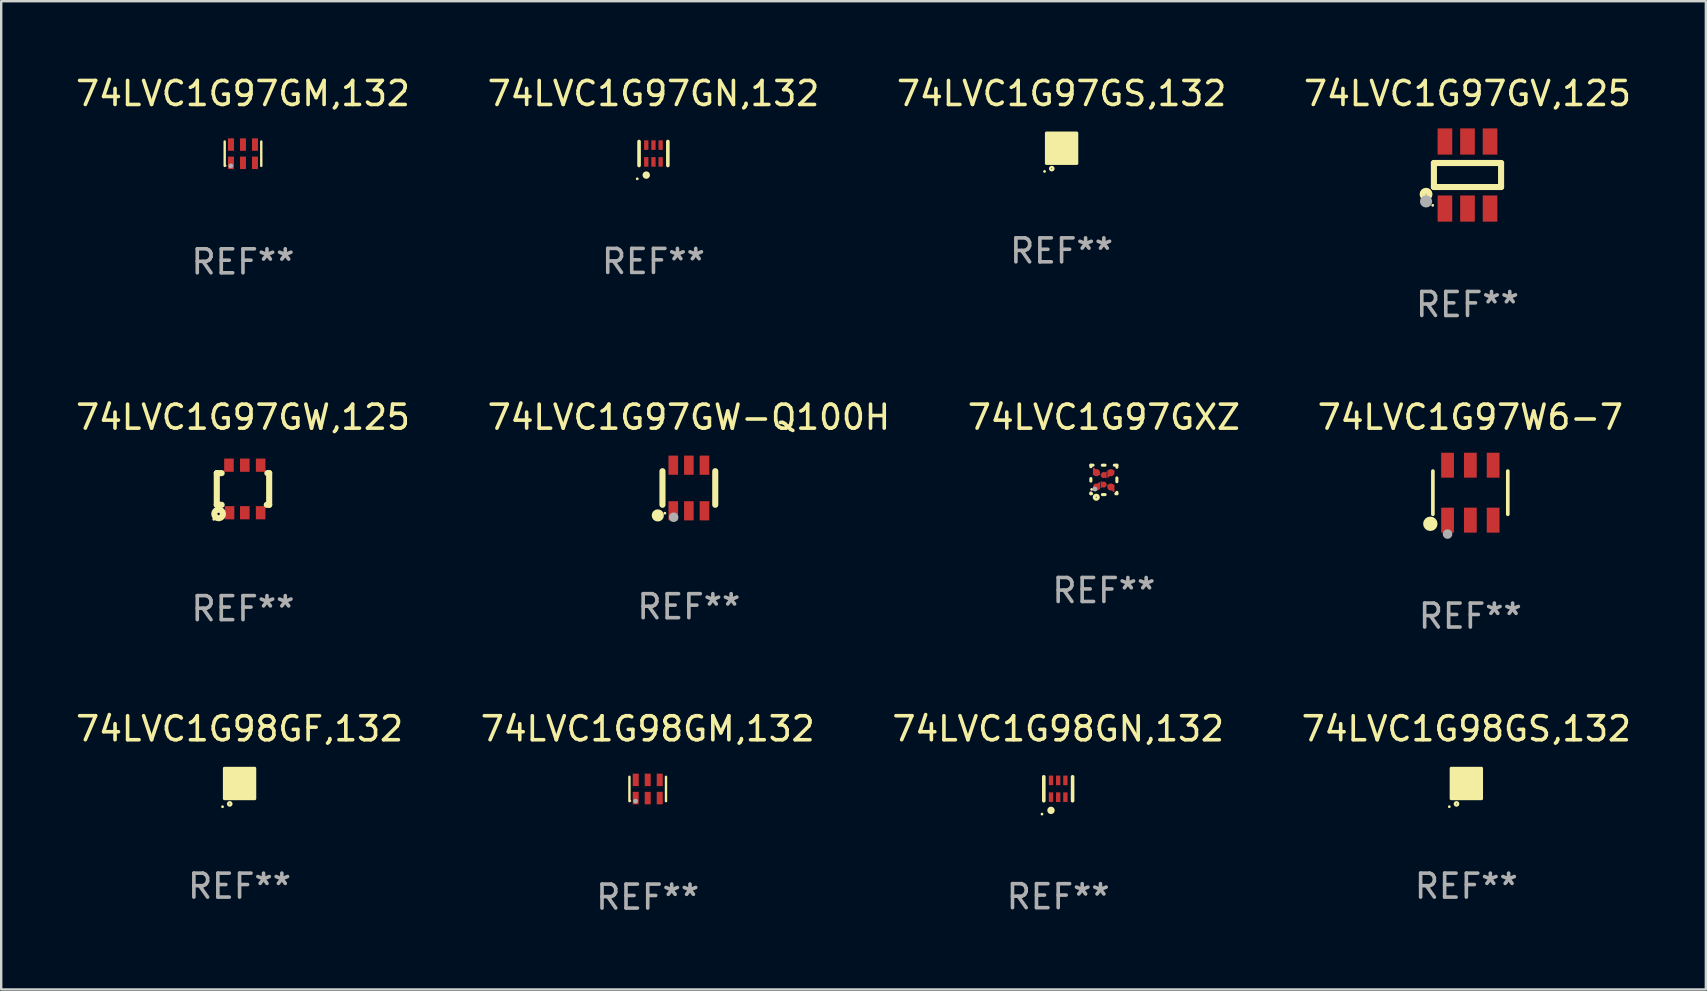
<source format=kicad_pcb>
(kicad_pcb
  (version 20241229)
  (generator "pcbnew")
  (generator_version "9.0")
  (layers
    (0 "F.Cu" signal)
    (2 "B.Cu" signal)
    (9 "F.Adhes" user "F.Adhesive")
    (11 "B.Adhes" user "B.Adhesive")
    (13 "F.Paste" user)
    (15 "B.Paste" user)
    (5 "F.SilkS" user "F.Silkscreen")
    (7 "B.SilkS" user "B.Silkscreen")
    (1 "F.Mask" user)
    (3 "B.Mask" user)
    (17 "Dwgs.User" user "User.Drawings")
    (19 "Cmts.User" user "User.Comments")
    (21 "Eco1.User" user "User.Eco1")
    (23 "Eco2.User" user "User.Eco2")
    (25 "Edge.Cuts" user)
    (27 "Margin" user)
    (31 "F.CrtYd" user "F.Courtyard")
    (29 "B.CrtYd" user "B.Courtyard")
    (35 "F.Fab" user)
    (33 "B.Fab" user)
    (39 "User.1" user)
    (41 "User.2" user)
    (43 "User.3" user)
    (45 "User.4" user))
  (footprint "74LVC1G98GF,132"
    (layer "F.Cu")
    (at 6.935 29.605)
    (property "Reference" "74LVC1G98GF,132" (at 0 -2.28 0) (layer "F.SilkS") (effects (font (size 1 1) (thickness 0.15))))
    (attr through_hole)
    (fp_circle (center -0.71 0.968) (end -0.68 0.968) (stroke (width 0.06) (type solid)) (fill no) (layer "F.SilkS"))
    (fp_circle (center -0.41 0.85) (end -0.342 0.85) (stroke (width 0.1) (type solid)) (fill no) (layer "F.SilkS"))
    (fp_poly (pts (xy -0.635 -0.635) (xy 0.635 -0.635) (xy 0.635 0.635) (xy -0.635 0.635)) (stroke (width 0.12) (type solid)) (fill yes) (layer "F.SilkS"))
    (fp_text user "REF**" (at 0 4.28 0) (layer "F.Fab") (effects (font (size 1 1) (thickness 0.15))))
    (pad "1" smd rect (at -0.35 0.28 90) (size 0.35 0.2) (layers "F.Cu" "F.Mask" "F.Paste"))
    (pad "2" smd rect (at 0 0.28 90) (size 0.35 0.2) (layers "F.Cu" "F.Mask" "F.Paste"))
    (pad "3" smd rect (at 0.35 0.28 90) (size 0.35 0.2) (layers "F.Cu" "F.Mask" "F.Paste"))
    (pad "4" smd rect (at 0.35 -0.28 90) (size 0.35 0.2) (layers "F.Cu" "F.Mask" "F.Paste"))
    (pad "5" smd rect (at 0 -0.28 90) (size 0.35 0.2) (layers "F.Cu" "F.Mask" "F.Paste"))
    (pad "6" smd rect (at -0.35 -0.28 90) (size 0.35 0.2) (layers "F.Cu" "F.Mask" "F.Paste")))
  (footprint "74LVC1G98GM,132"
    (layer "F.Cu")
    (at 23.946 29.833)
    (property "Reference" "74LVC1G98GM,132" (at 0 -2.508 0) (layer "F.SilkS") (effects (font (size 1 1) (thickness 0.15))))
    (attr through_hole)
    (fp_line (start -0.762 -0.508) (end -0.762 0.508) (stroke (width 0.1) (type solid)) (layer "F.SilkS"))
    (fp_line (start 0.762 -0.508) (end 0.762 0.508) (stroke (width 0.1) (type solid)) (layer "F.SilkS"))
    (fp_circle (center -0.725 0.5) (end -0.705 0.5) (stroke (width 0.04) (type solid)) (fill no) (layer "F.SilkS"))
    (fp_circle (center -0.508 0.508) (end -0.458 0.508) (stroke (width 0.1) (type solid)) (fill no) (layer "F.Fab"))
    (fp_text user "REF**" (at 0 4.508 0) (layer "F.Fab") (effects (font (size 1 1) (thickness 0.15))))
    (pad "1" smd rect (at -0.5 0.38) (size 0.25 0.52) (layers "F.Cu" "F.Mask" "F.Paste"))
    (pad "2" smd rect (at -0.000127 0.38) (size 0.25 0.52) (layers "F.Cu" "F.Mask" "F.Paste"))
    (pad "3" smd rect (at 0.5 0.38) (size 0.25 0.52) (layers "F.Cu" "F.Mask" "F.Paste"))
    (pad "4" smd rect (at 0.5 -0.38 180) (size 0.25 0.52) (layers "F.Cu" "F.Mask" "F.Paste"))
    (pad "5" smd rect (at -0.000127 -0.38 180) (size 0.25 0.52) (layers "F.Cu" "F.Mask" "F.Paste"))
    (pad "6" smd rect (at -0.5 -0.38 180) (size 0.25 0.52) (layers "F.Cu" "F.Mask" "F.Paste")))
  (footprint "74LVC1G97GW,125"
    (layer "F.Cu")
    (at 7.077 17.329)
    (property "Reference" "74LVC1G97GW,125" (at 0 -2.991 0) (layer "F.SilkS") (effects (font (size 1 1) (thickness 0.15))))
    (attr through_hole)
    (fp_line (start -1.092 -0.66) (end -0.889 -0.66) (stroke (width 0.254) (type solid)) (layer "F.SilkS"))
    (fp_line (start -1.092 0.66) (end -1.092 -0.66) (stroke (width 0.254) (type solid)) (layer "F.SilkS"))
    (fp_line (start -0.889 0.66) (end -1.092 0.66) (stroke (width 0.254) (type solid)) (layer "F.SilkS"))
    (fp_line (start 0.991 0.66) (end 1.092 0.66) (stroke (width 0.254) (type solid)) (layer "F.SilkS"))
    (fp_line (start 1.092 -0.66) (end 1.016 -0.66) (stroke (width 0.254) (type solid)) (layer "F.SilkS"))
    (fp_line (start 1.092 0.66) (end 1.092 -0.66) (stroke (width 0.254) (type solid)) (layer "F.SilkS"))
    (fp_circle (center -1.219 1.266) (end -1.189 1.266) (stroke (width 0.06) (type solid)) (fill no) (layer "F.SilkS"))
    (fp_circle (center -1.016 1.041) (end -0.965 1.041) (stroke (width 0.254) (type solid)) (fill no) (layer "F.SilkS"))
    (fp_text user "REF**" (at 0 4.991 0) (layer "F.Fab") (effects (font (size 1 1) (thickness 0.15))))
    (pad "1" smd rect (at -0.559 0.991 180) (size 0.399 0.551) (layers "F.Cu" "F.Mask" "F.Paste"))
    (pad "2" smd rect (at 0.076 0.991 180) (size 0.399 0.551) (layers "F.Cu" "F.Mask" "F.Paste"))
    (pad "3" smd rect (at 0.737 0.991 180) (size 0.399 0.551) (layers "F.Cu" "F.Mask" "F.Paste"))
    (pad "4" smd rect (at 0.737 -0.991 180) (size 0.399 0.551) (layers "F.Cu" "F.Mask" "F.Paste"))
    (pad "5" smd rect (at 0.076 -0.991 180) (size 0.399 0.551) (layers "F.Cu" "F.Mask" "F.Paste"))
    (pad "6" smd rect (at -0.584 -0.991 180) (size 0.399 0.551) (layers "F.Cu" "F.Mask" "F.Paste")))
  (footprint "74LVC1G97W6-7"
    (layer "F.Cu")
    (at 58.232 17.484)
    (property "Reference" "74LVC1G97W6-7" (at 0 -3.145 0) (layer "F.SilkS") (effects (font (size 1 1) (thickness 0.15))))
    (attr through_hole)
    (fp_line (start -1.561 0.901) (end -1.561 -0.901) (stroke (width 0.152) (type solid)) (layer "F.SilkS"))
    (fp_line (start 1.561 0.901) (end 1.561 -0.901) (stroke (width 0.152) (type solid)) (layer "F.SilkS"))
    (fp_circle (center -1.668 1.297) (end -1.518 1.297) (stroke (width 0.3) (type solid)) (fill no) (layer "F.SilkS"))
    (fp_circle (center -1.485 1.425) (end -1.455 1.425) (stroke (width 0.06) (type solid)) (fill no) (layer "F.SilkS"))
    (fp_circle (center -0.95 1.725) (end -0.85 1.725) (stroke (width 0.2) (type solid)) (fill no) (layer "F.Fab"))
    (fp_text user "REF**" (at 0 5.145 0) (layer "F.Fab") (effects (font (size 1 1) (thickness 0.15))))
    (pad "1" smd rect (at -0.95 1.145) (size 0.532 1.04) (layers "F.Cu" "F.Mask" "F.Paste"))
    (pad "2" smd rect (at 0 1.145) (size 0.532 1.04) (layers "F.Cu" "F.Mask" "F.Paste"))
    (pad "3" smd rect (at 0.95 1.145) (size 0.532 1.04) (layers "F.Cu" "F.Mask" "F.Paste"))
    (pad "4" smd rect (at 0.95 -1.145) (size 0.532 1.04) (layers "F.Cu" "F.Mask" "F.Paste"))
    (pad "5" smd rect (at 0 -1.145) (size 0.532 1.04) (layers "F.Cu" "F.Mask" "F.Paste"))
    (pad "6" smd rect (at -0.95 -1.145) (size 0.532 1.04) (layers "F.Cu" "F.Mask" "F.Paste")))
  (footprint "74LVC1G97GM,132"
    (layer "F.Cu")
    (at 7.077 3.356)
    (property "Reference" "74LVC1G97GM,132" (at 0 -2.508 0) (layer "F.SilkS") (effects (font (size 1 1) (thickness 0.15))))
    (attr through_hole)
    (fp_line (start -0.762 -0.508) (end -0.762 0.508) (stroke (width 0.1) (type solid)) (layer "F.SilkS"))
    (fp_line (start 0.762 -0.508) (end 0.762 0.508) (stroke (width 0.1) (type solid)) (layer "F.SilkS"))
    (fp_circle (center -0.725 0.5) (end -0.705 0.5) (stroke (width 0.04) (type solid)) (fill no) (layer "F.SilkS"))
    (fp_circle (center -0.508 0.508) (end -0.458 0.508) (stroke (width 0.1) (type solid)) (fill no) (layer "F.Fab"))
    (fp_text user "REF**" (at 0 4.508 0) (layer "F.Fab") (effects (font (size 1 1) (thickness 0.15))))
    (pad "1" smd rect (at -0.5 0.38) (size 0.25 0.52) (layers "F.Cu" "F.Mask" "F.Paste"))
    (pad "2" smd rect (at -0.000127 0.38) (size 0.25 0.52) (layers "F.Cu" "F.Mask" "F.Paste"))
    (pad "3" smd rect (at 0.5 0.38) (size 0.25 0.52) (layers "F.Cu" "F.Mask" "F.Paste"))
    (pad "4" smd rect (at 0.5 -0.38 180) (size 0.25 0.52) (layers "F.Cu" "F.Mask" "F.Paste"))
    (pad "5" smd rect (at -0.000127 -0.38 180) (size 0.25 0.52) (layers "F.Cu" "F.Mask" "F.Paste"))
    (pad "6" smd rect (at -0.5 -0.38 180) (size 0.25 0.52) (layers "F.Cu" "F.Mask" "F.Paste")))
  (footprint "74LVC1G98GN,132"
    (layer "F.Cu")
    (at 41.054 29.825)
    (property "Reference" "74LVC1G98GN,132" (at 0 -2.5 0) (layer "F.SilkS") (effects (font (size 1 1) (thickness 0.15))))
    (attr through_hole)
    (fp_line (start -0.6 -0.5) (end -0.6 0.5) (stroke (width 0.15) (type solid)) (layer "F.SilkS"))
    (fp_line (start 0.6 0.5) (end 0.6 -0.5) (stroke (width 0.15) (type solid)) (layer "F.SilkS"))
    (fp_circle (center -0.675 1.055) (end -0.645 1.055) (stroke (width 0.06) (type solid)) (fill no) (layer "F.SilkS"))
    (fp_circle (center -0.3 0.9) (end -0.22 0.9) (stroke (width 0.15) (type solid)) (fill no) (layer "F.SilkS"))
    (fp_text user "REF**" (at 0 4.5 0) (layer "F.Fab") (effects (font (size 1 1) (thickness 0.15))))
    (pad "1" smd rect (at -0.3 0.35) (size 0.18 0.4) (layers "F.Cu" "F.Mask" "F.Paste"))
    (pad "2" smd rect (at 0.000025 0.35) (size 0.18 0.4) (layers "F.Cu" "F.Mask" "F.Paste"))
    (pad "3" smd rect (at 0.3 0.35) (size 0.18 0.4) (layers "F.Cu" "F.Mask" "F.Paste"))
    (pad "4" smd rect (at 0.3 -0.35) (size 0.18 0.4) (layers "F.Cu" "F.Mask" "F.Paste"))
    (pad "5" smd rect (at 0.000025 -0.35) (size 0.18 0.4) (layers "F.Cu" "F.Mask" "F.Paste"))
    (pad "6" smd rect (at -0.3 -0.35) (size 0.18 0.4) (layers "F.Cu" "F.Mask" "F.Paste")))
  (footprint "74LVC1G97GW-Q100H"
    (layer "F.Cu")
    (at 25.661 17.289)
    (property "Reference" "74LVC1G97GW-Q100H" (at 0 -2.95 0) (layer "F.SilkS") (effects (font (size 1 1) (thickness 0.15))))
    (attr through_hole)
    (fp_line (start -1.1 -0.7) (end -1.1 0.7) (stroke (width 0.254) (type solid)) (layer "F.SilkS"))
    (fp_line (start 1.1 -0.7) (end 1.1 0.7) (stroke (width 0.254) (type solid)) (layer "F.SilkS"))
    (fp_circle (center -1.295 1.143) (end -1.168 1.143) (stroke (width 0.254) (type solid)) (fill no) (layer "F.SilkS"))
    (fp_circle (center -1 1.05) (end -0.97 1.05) (stroke (width 0.06) (type solid)) (fill no) (layer "F.SilkS"))
    (fp_circle (center -0.635 1.219) (end -0.535 1.219) (stroke (width 0.2) (type solid)) (fill no) (layer "F.Fab"))
    (fp_text user "REF**" (at 0 4.95 0) (layer "F.Fab") (effects (font (size 1 1) (thickness 0.15))))
    (pad "1" smd rect (at -0.65 0.95) (size 0.4 0.8) (layers "F.Cu" "F.Mask" "F.Paste"))
    (pad "2" smd rect (at 0 0.95) (size 0.4 0.8) (layers "F.Cu" "F.Mask" "F.Paste"))
    (pad "3" smd rect (at 0.65 0.95) (size 0.4 0.8) (layers "F.Cu" "F.Mask" "F.Paste"))
    (pad "4" smd rect (at 0.65 -0.95) (size 0.4 0.8) (layers "F.Cu" "F.Mask" "F.Paste"))
    (pad "5" smd rect (at 0 -0.95) (size 0.4 0.8) (layers "F.Cu" "F.Mask" "F.Paste"))
    (pad "6" smd rect (at -0.65 -0.95) (size 0.4 0.8) (layers "F.Cu" "F.Mask" "F.Paste")))
  (footprint "74LVC1G97GS,132"
    (layer "F.Cu")
    (at 41.196 3.128)
    (property "Reference" "74LVC1G97GS,132" (at 0 -2.28 0) (layer "F.SilkS") (effects (font (size 1 1) (thickness 0.15))))
    (attr through_hole)
    (fp_circle (center -0.71 0.968) (end -0.68 0.968) (stroke (width 0.06) (type solid)) (fill no) (layer "F.SilkS"))
    (fp_circle (center -0.41 0.85) (end -0.342 0.85) (stroke (width 0.1) (type solid)) (fill no) (layer "F.SilkS"))
    (fp_poly (pts (xy -0.635 -0.635) (xy 0.635 -0.635) (xy 0.635 0.635) (xy -0.635 0.635)) (stroke (width 0.12) (type solid)) (fill yes) (layer "F.SilkS"))
    (fp_text user "REF**" (at 0 4.28 0) (layer "F.Fab") (effects (font (size 1 1) (thickness 0.15))))
    (pad "1" smd rect (at -0.35 0.28 90) (size 0.35 0.2) (layers "F.Cu" "F.Mask" "F.Paste"))
    (pad "2" smd rect (at 0 0.28 90) (size 0.35 0.2) (layers "F.Cu" "F.Mask" "F.Paste"))
    (pad "3" smd rect (at 0.35 0.28 90) (size 0.35 0.2) (layers "F.Cu" "F.Mask" "F.Paste"))
    (pad "4" smd rect (at 0.35 -0.28 90) (size 0.35 0.2) (layers "F.Cu" "F.Mask" "F.Paste"))
    (pad "5" smd rect (at 0 -0.28 90) (size 0.35 0.2) (layers "F.Cu" "F.Mask" "F.Paste"))
    (pad "6" smd rect (at -0.35 -0.28 90) (size 0.35 0.2) (layers "F.Cu" "F.Mask" "F.Paste")))
  (footprint "74LVC1G97GN,132"
    (layer "F.Cu")
    (at 24.185 3.348)
    (property "Reference" "74LVC1G97GN,132" (at 0 -2.5 0) (layer "F.SilkS") (effects (font (size 1 1) (thickness 0.15))))
    (attr through_hole)
    (fp_line (start -0.6 -0.5) (end -0.6 0.5) (stroke (width 0.15) (type solid)) (layer "F.SilkS"))
    (fp_line (start 0.6 0.5) (end 0.6 -0.5) (stroke (width 0.15) (type solid)) (layer "F.SilkS"))
    (fp_circle (center -0.675 1.055) (end -0.645 1.055) (stroke (width 0.06) (type solid)) (fill no) (layer "F.SilkS"))
    (fp_circle (center -0.3 0.9) (end -0.22 0.9) (stroke (width 0.15) (type solid)) (fill no) (layer "F.SilkS"))
    (fp_text user "REF**" (at 0 4.5 0) (layer "F.Fab") (effects (font (size 1 1) (thickness 0.15))))
    (pad "1" smd rect (at -0.3 0.35) (size 0.18 0.4) (layers "F.Cu" "F.Mask" "F.Paste"))
    (pad "2" smd rect (at 0.000025 0.35) (size 0.18 0.4) (layers "F.Cu" "F.Mask" "F.Paste"))
    (pad "3" smd rect (at 0.3 0.35) (size 0.18 0.4) (layers "F.Cu" "F.Mask" "F.Paste"))
    (pad "4" smd rect (at 0.3 -0.35) (size 0.18 0.4) (layers "F.Cu" "F.Mask" "F.Paste"))
    (pad "5" smd rect (at 0.000025 -0.35) (size 0.18 0.4) (layers "F.Cu" "F.Mask" "F.Paste"))
    (pad "6" smd rect (at -0.3 -0.35) (size 0.18 0.4) (layers "F.Cu" "F.Mask" "F.Paste")))
  (footprint "74LVC1G98GS,132"
    (layer "F.Cu")
    (at 58.065 29.605)
    (property "Reference" "74LVC1G98GS,132" (at 0 -2.28 0) (layer "F.SilkS") (effects (font (size 1 1) (thickness 0.15))))
    (attr through_hole)
    (fp_circle (center -0.71 0.968) (end -0.68 0.968) (stroke (width 0.06) (type solid)) (fill no) (layer "F.SilkS"))
    (fp_circle (center -0.41 0.85) (end -0.342 0.85) (stroke (width 0.1) (type solid)) (fill no) (layer "F.SilkS"))
    (fp_poly (pts (xy -0.635 -0.635) (xy 0.635 -0.635) (xy 0.635 0.635) (xy -0.635 0.635)) (stroke (width 0.12) (type solid)) (fill yes) (layer "F.SilkS"))
    (fp_text user "REF**" (at 0 4.28 0) (layer "F.Fab") (effects (font (size 1 1) (thickness 0.15))))
    (pad "1" smd rect (at -0.35 0.28 90) (size 0.35 0.2) (layers "F.Cu" "F.Mask" "F.Paste"))
    (pad "2" smd rect (at 0 0.28 90) (size 0.35 0.2) (layers "F.Cu" "F.Mask" "F.Paste"))
    (pad "3" smd rect (at 0.35 0.28 90) (size 0.35 0.2) (layers "F.Cu" "F.Mask" "F.Paste"))
    (pad "4" smd rect (at 0.35 -0.28 90) (size 0.35 0.2) (layers "F.Cu" "F.Mask" "F.Paste"))
    (pad "5" smd rect (at 0 -0.28 90) (size 0.35 0.2) (layers "F.Cu" "F.Mask" "F.Paste"))
    (pad "6" smd rect (at -0.35 -0.28 90) (size 0.35 0.2) (layers "F.Cu" "F.Mask" "F.Paste")))
  (footprint "74LVC1G97GXZ"
    (layer "F.Cu")
    (at 42.958 16.951)
    (property "Reference" "74LVC1G97GXZ" (at 0 -2.613 0) (layer "F.SilkS") (effects (font (size 1 1) (thickness 0.15))))
    (attr through_hole)
    (fp_line (start -0.542 -0.613) (end -0.451 -0.613) (stroke (width 0.127) (type solid)) (layer "F.SilkS"))
    (fp_line (start -0.542 -0.55) (end -0.542 -0.613) (stroke (width 0.127) (type solid)) (layer "F.SilkS"))
    (fp_line (start -0.542 0.05) (end -0.542 -0.055) (stroke (width 0.127) (type solid)) (layer "F.SilkS"))
    (fp_line (start -0.542 0.577) (end -0.542 0.545) (stroke (width 0.127) (type solid)) (layer "F.SilkS"))
    (fp_line (start -0.512 0.577) (end -0.542 0.577) (stroke (width 0.127) (type solid)) (layer "F.SilkS"))
    (fp_line (start -0.064 -0.613) (end 0.049 -0.613) (stroke (width 0.127) (type solid)) (layer "F.SilkS"))
    (fp_line (start -0.062 0.613) (end 0.051 0.613) (stroke (width 0.127) (type solid)) (layer "F.SilkS"))
    (fp_line (start 0.436 -0.613) (end 0.542 -0.613) (stroke (width 0.127) (type solid)) (layer "F.SilkS"))
    (fp_line (start 0.542 -0.613) (end 0.542 -0.524) (stroke (width 0.127) (type solid)) (layer "F.SilkS"))
    (fp_line (start 0.542 -0.081) (end 0.542 0.076) (stroke (width 0.127) (type solid)) (layer "F.SilkS"))
    (fp_line (start 0.542 0.519) (end 0.542 0.577) (stroke (width 0.127) (type solid)) (layer "F.SilkS"))
    (fp_line (start 0.542 0.577) (end 0.497 0.577) (stroke (width 0.127) (type solid)) (layer "F.SilkS"))
    (fp_circle (center -0.508 0.397) (end -0.478 0.397) (stroke (width 0.06) (type solid)) (fill no) (layer "F.SilkS"))
    (fp_circle (center -0.317 0.723) (end -0.296 0.723) (stroke (width 0.127) (type solid)) (fill no) (layer "F.SilkS"))
    (fp_circle (center -0.373 0.382) (end -0.322 0.382) (stroke (width 0.1) (type solid)) (fill no) (layer "F.Fab"))
    (fp_text user "REF**" (at 0 4.613 0) (layer "F.Fab") (effects (font (size 1 1) (thickness 0.15))))
    (pad "1" smd custom (at -0.308 0.298 90) (size 0.3 0.3) (layers "F.Cu" "F.Mask" "F.Paste") (options (anchor circle)) (primitives (gr_poly (pts (xy -0.1 0.15) (xy 0.2 0.15) (xy 0.2 0.1) (xy -0.05 -0.15) (xy -0.1 -0.15)) (width 0) (fill yes))))
    (pad "2" smd custom (at -0.008 0.197 90) (size 0.25 0.3) (layers "F.Cu" "F.Mask" "F.Paste") (options (anchor circle)) (primitives (gr_poly (pts (xy -0.15 -0.125) (xy 0.15 -0.125) (xy 0.000076 0.125)) (width 0) (fill yes))))
    (pad "3" smd custom (at 0.292 0.298 90) (size 0.3 0.3) (layers "F.Cu" "F.Mask" "F.Paste") (options (anchor circle)) (primitives (gr_poly (pts (xy 0.1 0.15) (xy 0.1 -0.15) (xy 0.05 -0.15) (xy -0.2 0.1) (xy -0.2 0.15)) (width 0) (fill yes))))
    (pad "4" smd custom (at 0.292 -0.302 90) (size 0.3 0.3) (layers "F.Cu" "F.Mask" "F.Paste") (options (anchor circle)) (primitives (gr_poly (pts (xy 0.1 -0.15) (xy -0.2 -0.15) (xy -0.2 -0.1) (xy 0.05 0.15) (xy 0.1 0.15)) (width 0) (fill yes))))
    (pad "5" smd custom (at -0.008 -0.202 90) (size 0.25 0.3) (layers "F.Cu" "F.Mask" "F.Paste") (options (anchor circle)) (primitives (gr_poly (pts (xy -0.15 0.125) (xy 0.15 0.125) (xy 0.000051 -0.125)) (width 0) (fill yes))))
    (pad "6" smd custom (at -0.308 -0.302 90) (size 0.3 0.3) (layers "F.Cu" "F.Mask" "F.Paste") (options (anchor circle)) (primitives (gr_poly (pts (xy -0.1 -0.15) (xy 0.2 -0.15) (xy 0.2 -0.1) (xy -0.05 0.15) (xy -0.1 0.15)) (width 0) (fill yes)))))
  (footprint "74LVC1G97GV,125"
    (layer "F.Cu")
    (at 58.113 4.245)
    (property "Reference" "74LVC1G97GV,125" (at 0 -3.397 0) (layer "F.SilkS") (effects (font (size 1 1) (thickness 0.15))))
    (attr through_hole)
    (fp_line (start -1.4 -0.501) (end -1.4 0.5) (stroke (width 0.254) (type solid)) (layer "F.SilkS"))
    (fp_line (start -1.4 0.5) (end 1.4 0.5) (stroke (width 0.254) (type solid)) (layer "F.SilkS"))
    (fp_line (start 1.4 -0.501) (end -1.4 -0.501) (stroke (width 0.254) (type solid)) (layer "F.SilkS"))
    (fp_line (start 1.4 0.5) (end 1.4 -0.501) (stroke (width 0.254) (type solid)) (layer "F.SilkS"))
    (fp_circle (center -1.727 0.8) (end -1.585 0.8) (stroke (width 0.254) (type solid)) (fill no) (layer "F.SilkS"))
    (fp_circle (center -1.45 1.263) (end -1.42 1.263) (stroke (width 0.06) (type solid)) (fill no) (layer "F.SilkS"))
    (fp_circle (center -1.727 1.1) (end -1.6 1.1) (stroke (width 0.254) (type solid)) (fill no) (layer "F.Fab"))
    (fp_text user "REF**" (at 0 5.397 0) (layer "F.Fab") (effects (font (size 1 1) (thickness 0.15))))
    (pad "1" smd rect (at -0.94 1.397 180) (size 0.61 1.092) (layers "F.Cu" "F.Mask" "F.Paste"))
    (pad "2" smd rect (at 0.000127 1.397 180) (size 0.61 1.092) (layers "F.Cu" "F.Mask" "F.Paste"))
    (pad "3" smd rect (at 0.94 1.397 180) (size 0.61 1.092) (layers "F.Cu" "F.Mask" "F.Paste"))
    (pad "4" smd rect (at 0.94 -1.397 180) (size 0.61 1.092) (layers "F.Cu" "F.Mask" "F.Paste"))
    (pad "5" smd rect (at 0.000127 -1.397 180) (size 0.61 1.092) (layers "F.Cu" "F.Mask" "F.Paste"))
    (pad "6" smd rect (at -0.94 -1.397 180) (size 0.61 1.092) (layers "F.Cu" "F.Mask" "F.Paste")))
  (gr_rect
    (start -3 -3)
    (end 68.048 38.19)
    (stroke (width 0.1) (type default))
    (fill no)
    (layer "Edge.Cuts")))
</source>
